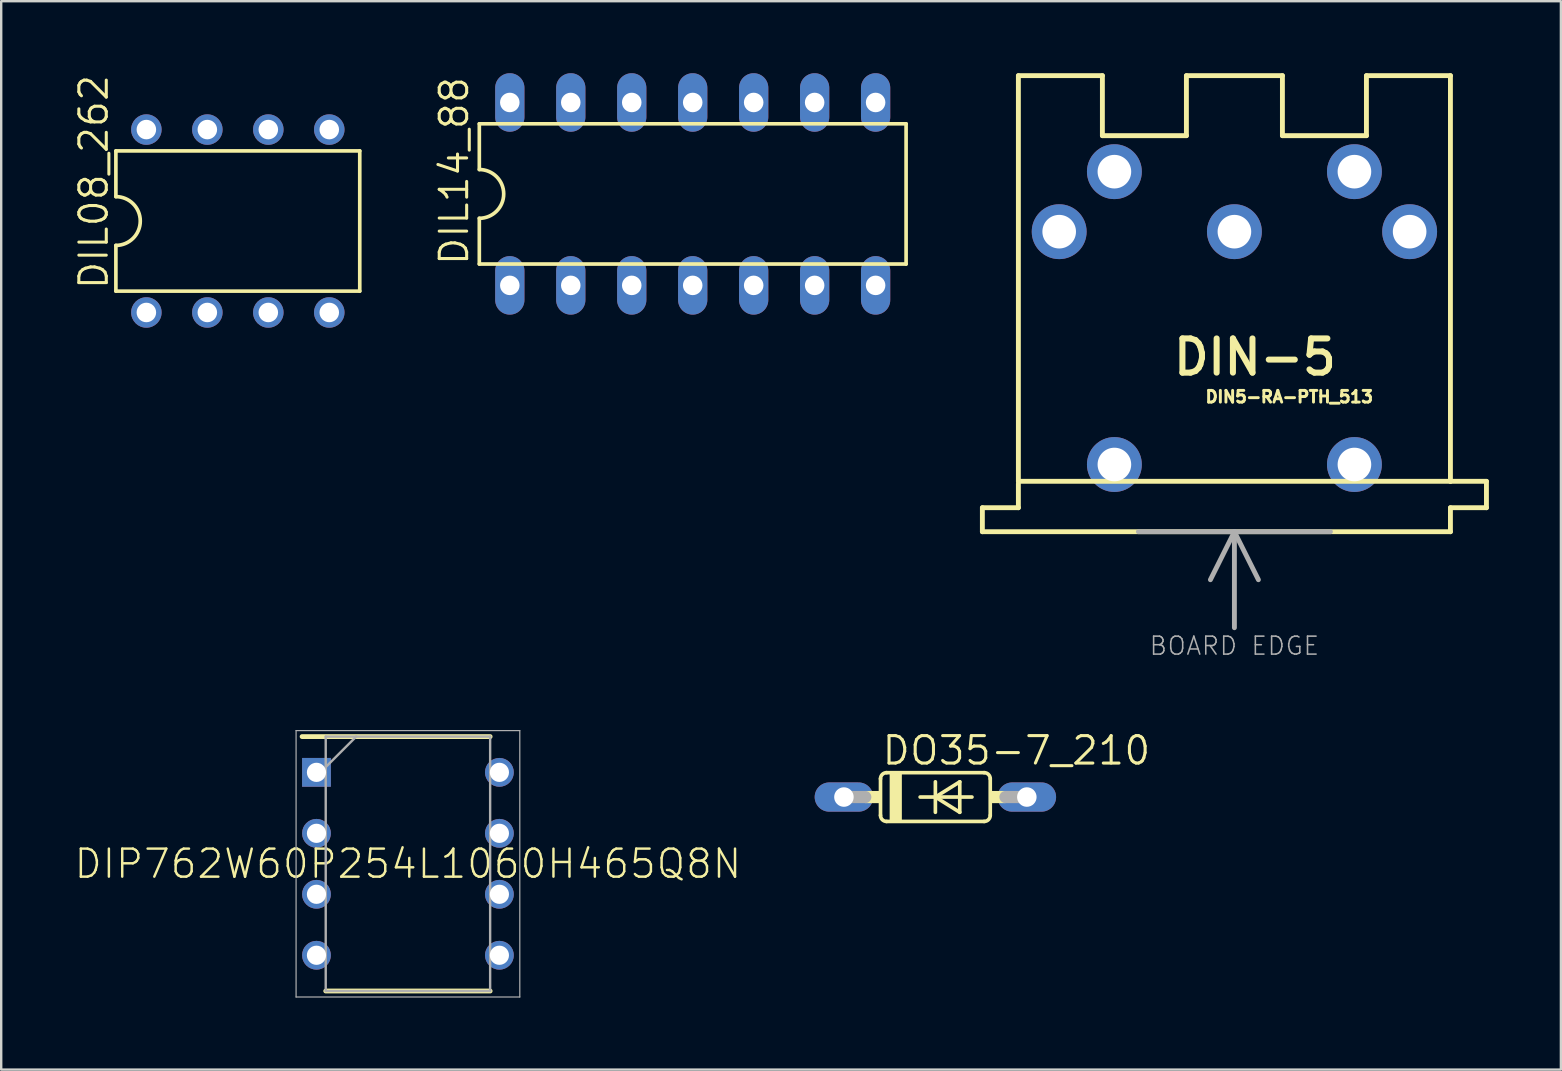
<source format=kicad_pcb>
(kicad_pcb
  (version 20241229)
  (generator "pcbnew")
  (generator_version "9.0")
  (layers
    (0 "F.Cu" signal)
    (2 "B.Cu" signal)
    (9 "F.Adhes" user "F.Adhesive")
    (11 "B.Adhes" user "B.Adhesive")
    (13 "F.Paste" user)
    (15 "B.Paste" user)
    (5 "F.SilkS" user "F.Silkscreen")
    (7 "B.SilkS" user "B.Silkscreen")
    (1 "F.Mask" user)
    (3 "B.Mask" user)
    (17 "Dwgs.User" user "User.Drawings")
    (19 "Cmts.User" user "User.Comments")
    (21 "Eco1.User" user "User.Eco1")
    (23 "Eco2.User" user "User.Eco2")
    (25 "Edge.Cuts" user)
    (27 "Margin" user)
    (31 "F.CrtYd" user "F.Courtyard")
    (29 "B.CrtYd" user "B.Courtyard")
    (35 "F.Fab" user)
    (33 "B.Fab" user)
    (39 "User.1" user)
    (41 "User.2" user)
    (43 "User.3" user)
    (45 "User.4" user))
  (footprint "DIN5-RA-PTH_513"
    (layer "F.Cu")
    (at 48.377 19.102)
    (property "Reference" "DIN5-RA-PTH_513" (at -1.27 -5.334 0) (layer "F.SilkS") (effects (font (size 0.488 0.488) (thickness 0.122)) (justify left bottom)))
    (fp_line (start -10.5 -1) (end -10.5 0) (stroke (width 0.203) (type solid)) (layer "F.SilkS"))
    (fp_line (start -10.5 0) (end 9 0) (stroke (width 0.203) (type solid)) (layer "F.SilkS"))
    (fp_line (start -9 -19) (end -9 -2.1) (stroke (width 0.203) (type solid)) (layer "F.SilkS"))
    (fp_line (start -9 -2.1) (end 9 -2.1) (stroke (width 0.203) (type solid)) (layer "F.SilkS"))
    (fp_line (start -9 -2) (end -9 -1) (stroke (width 0.203) (type solid)) (layer "F.SilkS"))
    (fp_line (start -9 -1) (end -10.5 -1) (stroke (width 0.203) (type solid)) (layer "F.SilkS"))
    (fp_line (start -5.5 -19) (end -9 -19) (stroke (width 0.203) (type solid)) (layer "F.SilkS"))
    (fp_line (start -5.5 -19) (end -5.5 -16.5) (stroke (width 0.203) (type solid)) (layer "F.SilkS"))
    (fp_line (start -2 -19) (end -2 -16.5) (stroke (width 0.203) (type solid)) (layer "F.SilkS"))
    (fp_line (start -2 -16.5) (end -5.5 -16.5) (stroke (width 0.203) (type solid)) (layer "F.SilkS"))
    (fp_line (start 2 -19) (end -2 -19) (stroke (width 0.203) (type solid)) (layer "F.SilkS"))
    (fp_line (start 2 -19) (end 2 -16.5) (stroke (width 0.203) (type solid)) (layer "F.SilkS"))
    (fp_line (start 5.5 -19) (end 5.5 -16.5) (stroke (width 0.203) (type solid)) (layer "F.SilkS"))
    (fp_line (start 5.5 -16.5) (end 2 -16.5) (stroke (width 0.203) (type solid)) (layer "F.SilkS"))
    (fp_line (start 9 -19) (end 5.5 -19) (stroke (width 0.203) (type solid)) (layer "F.SilkS"))
    (fp_line (start 9 -2.1) (end 9 -19) (stroke (width 0.203) (type solid)) (layer "F.SilkS"))
    (fp_line (start 9 -1) (end 10.5 -1) (stroke (width 0.203) (type solid)) (layer "F.SilkS"))
    (fp_line (start 9 0) (end 9 -1) (stroke (width 0.203) (type solid)) (layer "F.SilkS"))
    (fp_line (start 10.5 -2.1) (end 9 -2.1) (stroke (width 0.203) (type solid)) (layer "F.SilkS"))
    (fp_line (start 10.5 -1) (end 10.5 -2.1) (stroke (width 0.203) (type solid)) (layer "F.SilkS"))
    (fp_line (start -4 0) (end 0 0) (stroke (width 0.203) (type solid)) (layer "F.Fab"))
    (fp_line (start -1 2) (end 0 0) (stroke (width 0.203) (type solid)) (layer "F.Fab"))
    (fp_line (start 0 0) (end 4 0) (stroke (width 0.203) (type solid)) (layer "F.Fab"))
    (fp_line (start 0 4) (end 0 0) (stroke (width 0.203) (type solid)) (layer "F.Fab"))
    (fp_line (start 1 2) (end 0 0) (stroke (width 0.203) (type solid)) (layer "F.Fab"))
    (fp_text user "DIN-5" (at -2.67 -6.44 0) (layer "F.SilkS") (effects (font (size 1.425 1.425) (thickness 0.251)) (justify left bottom)))
    (fp_text user "BOARD EDGE" (at 0 4.318 0) (layer "F.Fab") (effects (font (size 0.748 0.748) (thickness 0.065)) (justify top)))
    (pad "1" thru_hole circle (at 7.3 -12.5) (size 2.286 2.286) (drill 1.4) (layers "*.Cu" "*.Mask"))
    (pad "2" thru_hole circle (at 0 -12.5) (size 2.286 2.286) (drill 1.4) (layers "*.Cu" "*.Mask"))
    (pad "3" thru_hole circle (at -7.3 -12.5) (size 2.286 2.286) (drill 1.4) (layers "*.Cu" "*.Mask"))
    (pad "4" thru_hole circle (at 5 -15) (size 2.286 2.286) (drill 1.4) (layers "*.Cu" "*.Mask"))
    (pad "5" thru_hole circle (at -5 -15) (size 2.286 2.286) (drill 1.4) (layers "*.Cu" "*.Mask"))
    (pad "6" thru_hole circle (at -5 -2.8) (size 2.286 2.286) (drill 1.4) (layers "*.Cu" "*.Mask"))
    (pad "7" thru_hole circle (at 5 -2.8) (size 2.286 2.286) (drill 1.4) (layers "*.Cu" "*.Mask")))
  (footprint "DIL14_88"
    (layer "F.Cu")
    (at 25.809 5.029)
    (property "Reference" "DIL14_88" (at -9.271 3.048 90) (layer "F.SilkS") (effects (font (size 1.143 1.143) (thickness 0.127)) (justify left bottom)))
    (fp_line (start -8.89 -2.921) (end -8.89 -1.016) (stroke (width 0.152) (type solid)) (layer "F.SilkS"))
    (fp_line (start -8.89 2.921) (end -8.89 1.016) (stroke (width 0.152) (type solid)) (layer "F.SilkS"))
    (fp_line (start -8.89 2.921) (end 8.89 2.921) (stroke (width 0.152) (type solid)) (layer "F.SilkS"))
    (fp_line (start 8.89 -2.921) (end -8.89 -2.921) (stroke (width 0.152) (type solid)) (layer "F.SilkS"))
    (fp_line (start 8.89 -2.921) (end 8.89 2.921) (stroke (width 0.152) (type solid)) (layer "F.SilkS"))
    (fp_arc (start -8.89 -1.016) (mid -7.874 0) (end -8.89 1.016) (stroke (width 0.1524) (type solid)) (layer "F.SilkS"))
    (pad "1" thru_hole oval (at -7.62 3.81 90) (size 2.438 1.219) (drill 0.813) (layers "*.Cu" "*.Mask"))
    (pad "2" thru_hole oval (at -5.08 3.81 90) (size 2.438 1.219) (drill 0.813) (layers "*.Cu" "*.Mask"))
    (pad "3" thru_hole oval (at -2.54 3.81 90) (size 2.438 1.219) (drill 0.813) (layers "*.Cu" "*.Mask"))
    (pad "4" thru_hole oval (at 0 3.81 90) (size 2.438 1.219) (drill 0.813) (layers "*.Cu" "*.Mask"))
    (pad "5" thru_hole oval (at 2.54 3.81 90) (size 2.438 1.219) (drill 0.813) (layers "*.Cu" "*.Mask"))
    (pad "6" thru_hole oval (at 5.08 3.81 90) (size 2.438 1.219) (drill 0.813) (layers "*.Cu" "*.Mask"))
    (pad "7" thru_hole oval (at 7.62 3.81 90) (size 2.438 1.219) (drill 0.813) (layers "*.Cu" "*.Mask"))
    (pad "8" thru_hole oval (at 7.62 -3.81 90) (size 2.438 1.219) (drill 0.813) (layers "*.Cu" "*.Mask"))
    (pad "9" thru_hole oval (at 5.08 -3.81 90) (size 2.438 1.219) (drill 0.813) (layers "*.Cu" "*.Mask"))
    (pad "10" thru_hole oval (at 2.54 -3.81 90) (size 2.438 1.219) (drill 0.813) (layers "*.Cu" "*.Mask"))
    (pad "11" thru_hole oval (at 0 -3.81 90) (size 2.438 1.219) (drill 0.813) (layers "*.Cu" "*.Mask"))
    (pad "12" thru_hole oval (at -2.54 -3.81 90) (size 2.438 1.219) (drill 0.813) (layers "*.Cu" "*.Mask"))
    (pad "13" thru_hole oval (at -5.08 -3.81 90) (size 2.438 1.219) (drill 0.813) (layers "*.Cu" "*.Mask"))
    (pad "14" thru_hole oval (at -7.62 -3.81 90) (size 2.438 1.219) (drill 0.813) (layers "*.Cu" "*.Mask")))
  (footprint "DIL08_262"
    (layer "F.Cu")
    (at 6.858 6.158)
    (property "Reference" "DIL08_262" (at -5.334 2.921 90) (layer "F.SilkS") (effects (font (size 1.143 1.143) (thickness 0.127)) (justify left bottom)))
    (fp_line (start -5.08 -2.921) (end -5.08 -1.016) (stroke (width 0.152) (type solid)) (layer "F.SilkS"))
    (fp_line (start -5.08 2.921) (end -5.08 1.016) (stroke (width 0.152) (type solid)) (layer "F.SilkS"))
    (fp_line (start -5.08 2.921) (end 5.08 2.921) (stroke (width 0.152) (type solid)) (layer "F.SilkS"))
    (fp_line (start 5.08 -2.921) (end -5.08 -2.921) (stroke (width 0.152) (type solid)) (layer "F.SilkS"))
    (fp_line (start 5.08 -2.921) (end 5.08 2.921) (stroke (width 0.152) (type solid)) (layer "F.SilkS"))
    (fp_arc (start -5.08 -1.016) (mid -4.064 0) (end -5.08 1.016) (stroke (width 0.1524) (type solid)) (layer "F.SilkS"))
    (pad "1" thru_hole circle (at -3.81 3.81 90) (size 1.27 1.27) (drill 0.813) (layers "*.Cu" "*.Mask"))
    (pad "2" thru_hole circle (at -1.27 3.81 90) (size 1.27 1.27) (drill 0.813) (layers "*.Cu" "*.Mask"))
    (pad "3" thru_hole circle (at 1.27 3.81 90) (size 1.27 1.27) (drill 0.813) (layers "*.Cu" "*.Mask"))
    (pad "4" thru_hole circle (at 3.81 3.81 90) (size 1.27 1.27) (drill 0.813) (layers "*.Cu" "*.Mask"))
    (pad "5" thru_hole circle (at 3.81 -3.81 90) (size 1.27 1.27) (drill 0.813) (layers "*.Cu" "*.Mask"))
    (pad "6" thru_hole circle (at 1.27 -3.81 90) (size 1.27 1.27) (drill 0.813) (layers "*.Cu" "*.Mask"))
    (pad "7" thru_hole circle (at -1.27 -3.81 90) (size 1.27 1.27) (drill 0.813) (layers "*.Cu" "*.Mask"))
    (pad "8" thru_hole circle (at -3.81 -3.81 90) (size 1.27 1.27) (drill 0.813) (layers "*.Cu" "*.Mask")))
  (footprint "DO35-7_210"
    (layer "F.Cu")
    (at 35.919 30.156)
    (property "Reference" "DO35-7_210" (at -2.286 -1.27 0) (layer "F.SilkS") (effects (font (size 1.143 1.143) (thickness 0.127)) (justify left bottom)))
    (fp_line (start -2.286 -0.762) (end -2.286 0.762) (stroke (width 0.152) (type solid)) (layer "F.SilkS"))
    (fp_line (start -2.032 -1.016) (end 2.032 -1.016) (stroke (width 0.152) (type solid)) (layer "F.SilkS"))
    (fp_line (start -2.032 1.016) (end 2.032 1.016) (stroke (width 0.152) (type solid)) (layer "F.SilkS"))
    (fp_line (start -0.635 0) (end 0 0) (stroke (width 0.152) (type solid)) (layer "F.SilkS"))
    (fp_line (start 0 -0.635) (end 0 0) (stroke (width 0.152) (type solid)) (layer "F.SilkS"))
    (fp_line (start 0 0) (end 0 0.635) (stroke (width 0.152) (type solid)) (layer "F.SilkS"))
    (fp_line (start 0 0) (end 1.016 -0.635) (stroke (width 0.152) (type solid)) (layer "F.SilkS"))
    (fp_line (start 0 0) (end 1.524 0) (stroke (width 0.152) (type solid)) (layer "F.SilkS"))
    (fp_line (start 1.016 -0.635) (end 1.016 0.635) (stroke (width 0.152) (type solid)) (layer "F.SilkS"))
    (fp_line (start 1.016 0.635) (end 0 0) (stroke (width 0.152) (type solid)) (layer "F.SilkS"))
    (fp_line (start 2.286 -0.762) (end 2.286 0.762) (stroke (width 0.152) (type solid)) (layer "F.SilkS"))
    (fp_arc (start -2.286 -0.762) (mid -2.211605 -0.941605) (end -2.032 -1.016) (stroke (width 0.1524) (type solid)) (layer "F.SilkS"))
    (fp_arc (start -2.032 1.016) (mid -2.211605 0.941605) (end -2.286 0.762) (stroke (width 0.1524) (type solid)) (layer "F.SilkS"))
    (fp_arc (start 2.032 -1.016) (mid 2.211605 -0.941605) (end 2.286 -0.762) (stroke (width 0.1524) (type solid)) (layer "F.SilkS"))
    (fp_arc (start 2.286 0.762) (mid 2.211605 0.941605) (end 2.032 1.016) (stroke (width 0.1524) (type solid)) (layer "F.SilkS"))
    (fp_poly (pts (xy -2.921 0.254) (xy -2.286 0.254) (xy -2.286 -0.254) (xy -2.921 -0.254)) (stroke (width 0) (type default)) (fill yes) (layer "F.SilkS"))
    (fp_poly (pts (xy -1.905 1.016) (xy -1.397 1.016) (xy -1.397 -1.016) (xy -1.905 -1.016)) (stroke (width 0) (type default)) (fill yes) (layer "F.SilkS"))
    (fp_poly (pts (xy 2.286 0.254) (xy 2.921 0.254) (xy 2.921 -0.254) (xy 2.286 -0.254)) (stroke (width 0) (type default)) (fill yes) (layer "F.SilkS"))
    (fp_line (start -3.81 0) (end -2.921 0) (stroke (width 0.508) (type solid)) (layer "F.Fab"))
    (fp_line (start 3.81 0) (end 2.921 0) (stroke (width 0.508) (type solid)) (layer "F.Fab"))
    (pad "A" thru_hole oval (at 3.81 0) (size 2.438 1.219) (drill 0.813) (layers "*.Cu" "*.Mask"))
    (pad "C" thru_hole oval (at -3.81 0) (size 2.438 1.219) (drill 0.813) (layers "*.Cu" "*.Mask")))
  (footprint "DIP762W60P254L1060H465Q8N"
    (layer "F.Cu")
    (at 13.945 32.937)
    (property "Reference" "DIP762W60P254L1060H465Q8N" (at 0 0 0) (layer "F.SilkS") (effects (font (size 1.168 1.168) (thickness 0.102))))
    (fp_line (start -4.41 -5.3) (end 3.425 -5.3) (stroke (width 0.2) (type solid)) (layer "F.SilkS"))
    (fp_line (start -3.425 5.3) (end 3.425 5.3) (stroke (width 0.2) (type solid)) (layer "F.SilkS"))
    (fp_line (start -4.66 -5.55) (end 4.66 -5.55) (stroke (width 0.05) (type solid)) (layer "F.Fab"))
    (fp_line (start -4.66 5.55) (end -4.66 -5.55) (stroke (width 0.05) (type solid)) (layer "F.Fab"))
    (fp_line (start -3.425 -5.3) (end 3.425 -5.3) (stroke (width 0.1) (type solid)) (layer "F.Fab"))
    (fp_line (start -3.425 -4.03) (end -2.155 -5.3) (stroke (width 0.1) (type solid)) (layer "F.Fab"))
    (fp_line (start -3.425 5.3) (end -3.425 -5.3) (stroke (width 0.1) (type solid)) (layer "F.Fab"))
    (fp_line (start 3.425 -5.3) (end 3.425 5.3) (stroke (width 0.1) (type solid)) (layer "F.Fab"))
    (fp_line (start 3.425 5.3) (end -3.425 5.3) (stroke (width 0.1) (type solid)) (layer "F.Fab"))
    (fp_line (start 4.66 -5.55) (end 4.66 5.55) (stroke (width 0.05) (type solid)) (layer "F.Fab"))
    (fp_line (start 4.66 5.55) (end -4.66 5.55) (stroke (width 0.05) (type solid)) (layer "F.Fab"))
    (pad "1" thru_hole rect (at -3.81 -3.81) (size 1.2 1.2) (drill 0.8) (layers "*.Cu" "*.Mask"))
    (pad "2" thru_hole circle (at -3.81 -1.27) (size 1.2 1.2) (drill 0.8) (layers "*.Cu" "*.Mask"))
    (pad "3" thru_hole circle (at -3.81 1.27) (size 1.2 1.2) (drill 0.8) (layers "*.Cu" "*.Mask"))
    (pad "4" thru_hole circle (at -3.81 3.81) (size 1.2 1.2) (drill 0.8) (layers "*.Cu" "*.Mask"))
    (pad "5" thru_hole circle (at 3.81 3.81) (size 1.2 1.2) (drill 0.8) (layers "*.Cu" "*.Mask"))
    (pad "6" thru_hole circle (at 3.81 1.27) (size 1.2 1.2) (drill 0.8) (layers "*.Cu" "*.Mask"))
    (pad "7" thru_hole circle (at 3.81 -1.27) (size 1.2 1.2) (drill 0.8) (layers "*.Cu" "*.Mask"))
    (pad "8" thru_hole circle (at 3.81 -3.81) (size 1.2 1.2) (drill 0.8) (layers "*.Cu" "*.Mask")))
  (gr_rect
    (start -3 -3)
    (end 61.979 41.512)
    (stroke (width 0.1) (type default))
    (fill no)
    (layer "Edge.Cuts")))
</source>
